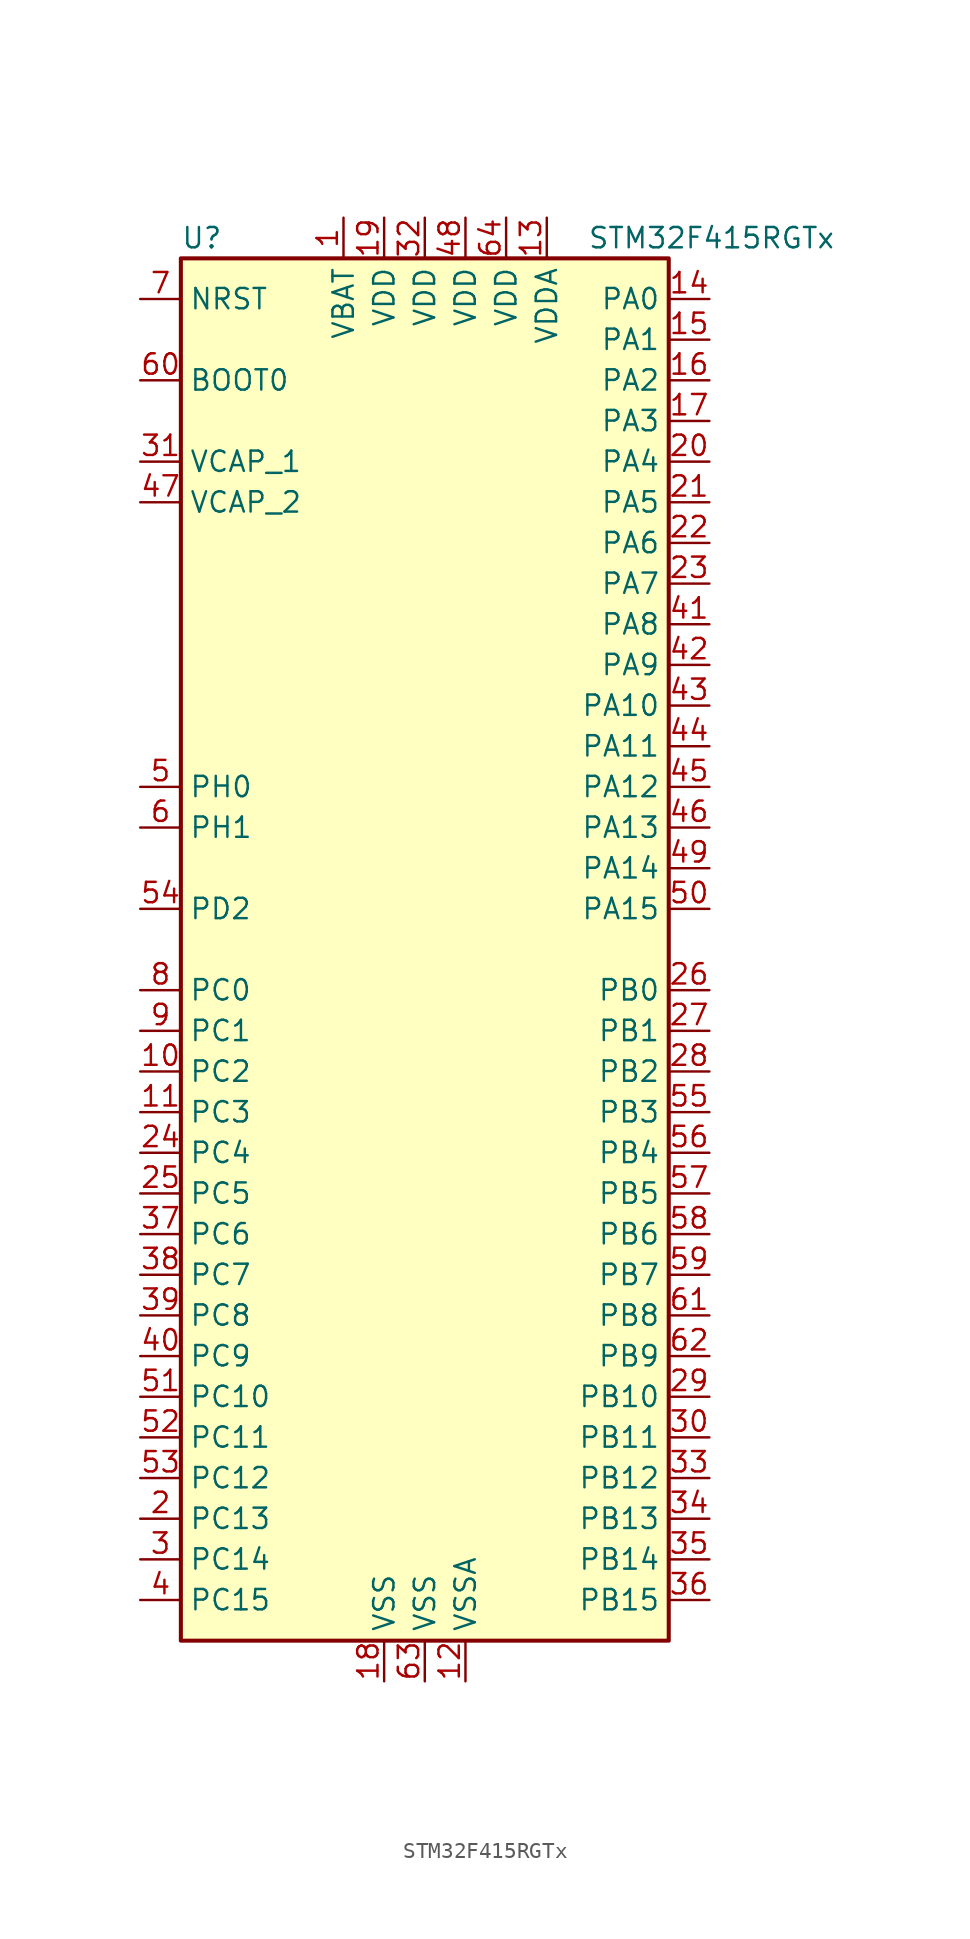
<source format=kicad_sym>
(kicad_symbol_lib
  (version 20220914)
  (generator kicad_symbol_editor)
  (symbol "STM32F415RGTx"
    (property "Reference" "U"
      (at -15.24 44.45 0)
      (effects (font (size 1.27 1.27)) (justify left)))
    (property "Value" "STM32F415RGTx"
      (at 10.16 44.45 0)
      (effects (font (size 1.27 1.27)) (justify left)))
    (symbol "STM32F415RGTx_0_1"
      (rectangle (start -15.24 -43.18) (end 15.24 43.18) (stroke (width 0.254) (type default)) (fill (type background))))
    (symbol "STM32F415RGTx_1_1"
      (pin power_in line (at -5.08 45.72 270) (length 2.54) (name "VBAT" (effects (font (size 1.27 1.27)))) (number "1" (effects (font (size 1.27 1.27)))))
      (pin bidirectional line (at -17.78 -7.62 0) (length 2.54) (name "PC2" (effects (font (size 1.27 1.27)))) (number "10" (effects (font (size 1.27 1.27)))))
      (pin bidirectional line (at -17.78 -10.16 0) (length 2.54) (name "PC3" (effects (font (size 1.27 1.27)))) (number "11" (effects (font (size 1.27 1.27)))))
      (pin power_in line (at 2.54 -45.72 90) (length 2.54) (name "VSSA" (effects (font (size 1.27 1.27)))) (number "12" (effects (font (size 1.27 1.27)))))
      (pin power_in line (at 7.62 45.72 270) (length 2.54) (name "VDDA" (effects (font (size 1.27 1.27)))) (number "13" (effects (font (size 1.27 1.27)))))
      (pin bidirectional line (at 17.78 40.64 180) (length 2.54) (name "PA0" (effects (font (size 1.27 1.27)))) (number "14" (effects (font (size 1.27 1.27)))))
      (pin bidirectional line (at 17.78 38.1 180) (length 2.54) (name "PA1" (effects (font (size 1.27 1.27)))) (number "15" (effects (font (size 1.27 1.27)))))
      (pin bidirectional line (at 17.78 35.56 180) (length 2.54) (name "PA2" (effects (font (size 1.27 1.27)))) (number "16" (effects (font (size 1.27 1.27)))))
      (pin bidirectional line (at 17.78 33.02 180) (length 2.54) (name "PA3" (effects (font (size 1.27 1.27)))) (number "17" (effects (font (size 1.27 1.27)))))
      (pin power_in line (at -2.54 -45.72 90) (length 2.54) (name "VSS" (effects (font (size 1.27 1.27)))) (number "18" (effects (font (size 1.27 1.27)))))
      (pin power_in line (at -2.54 45.72 270) (length 2.54) (name "VDD" (effects (font (size 1.27 1.27)))) (number "19" (effects (font (size 1.27 1.27)))))
      (pin bidirectional line (at -17.78 -35.56 0) (length 2.54) (name "PC13" (effects (font (size 1.27 1.27)))) (number "2" (effects (font (size 1.27 1.27)))))
      (pin bidirectional line (at 17.78 30.48 180) (length 2.54) (name "PA4" (effects (font (size 1.27 1.27)))) (number "20" (effects (font (size 1.27 1.27)))))
      (pin bidirectional line (at 17.78 27.94 180) (length 2.54) (name "PA5" (effects (font (size 1.27 1.27)))) (number "21" (effects (font (size 1.27 1.27)))))
      (pin bidirectional line (at 17.78 25.4 180) (length 2.54) (name "PA6" (effects (font (size 1.27 1.27)))) (number "22" (effects (font (size 1.27 1.27)))))
      (pin bidirectional line (at 17.78 22.86 180) (length 2.54) (name "PA7" (effects (font (size 1.27 1.27)))) (number "23" (effects (font (size 1.27 1.27)))))
      (pin bidirectional line (at -17.78 -12.7 0) (length 2.54) (name "PC4" (effects (font (size 1.27 1.27)))) (number "24" (effects (font (size 1.27 1.27)))))
      (pin bidirectional line (at -17.78 -15.24 0) (length 2.54) (name "PC5" (effects (font (size 1.27 1.27)))) (number "25" (effects (font (size 1.27 1.27)))))
      (pin bidirectional line (at 17.78 -2.54 180) (length 2.54) (name "PB0" (effects (font (size 1.27 1.27)))) (number "26" (effects (font (size 1.27 1.27)))))
      (pin bidirectional line (at 17.78 -5.08 180) (length 2.54) (name "PB1" (effects (font (size 1.27 1.27)))) (number "27" (effects (font (size 1.27 1.27)))))
      (pin bidirectional line (at 17.78 -7.62 180) (length 2.54) (name "PB2" (effects (font (size 1.27 1.27)))) (number "28" (effects (font (size 1.27 1.27)))))
      (pin bidirectional line (at 17.78 -27.94 180) (length 2.54) (name "PB10" (effects (font (size 1.27 1.27)))) (number "29" (effects (font (size 1.27 1.27)))))
      (pin bidirectional line (at -17.78 -38.1 0) (length 2.54) (name "PC14" (effects (font (size 1.27 1.27)))) (number "3" (effects (font (size 1.27 1.27)))))
      (pin bidirectional line (at 17.78 -30.48 180) (length 2.54) (name "PB11" (effects (font (size 1.27 1.27)))) (number "30" (effects (font (size 1.27 1.27)))))
      (pin power_in line (at -17.78 30.48 0) (length 2.54) (name "VCAP_1" (effects (font (size 1.27 1.27)))) (number "31" (effects (font (size 1.27 1.27)))))
      (pin power_in line (at 0 45.72 270) (length 2.54) (name "VDD" (effects (font (size 1.27 1.27)))) (number "32" (effects (font (size 1.27 1.27)))))
      (pin bidirectional line (at 17.78 -33.02 180) (length 2.54) (name "PB12" (effects (font (size 1.27 1.27)))) (number "33" (effects (font (size 1.27 1.27)))))
      (pin bidirectional line (at 17.78 -35.56 180) (length 2.54) (name "PB13" (effects (font (size 1.27 1.27)))) (number "34" (effects (font (size 1.27 1.27)))))
      (pin bidirectional line (at 17.78 -38.1 180) (length 2.54) (name "PB14" (effects (font (size 1.27 1.27)))) (number "35" (effects (font (size 1.27 1.27)))))
      (pin bidirectional line (at 17.78 -40.64 180) (length 2.54) (name "PB15" (effects (font (size 1.27 1.27)))) (number "36" (effects (font (size 1.27 1.27)))))
      (pin bidirectional line (at -17.78 -17.78 0) (length 2.54) (name "PC6" (effects (font (size 1.27 1.27)))) (number "37" (effects (font (size 1.27 1.27)))))
      (pin bidirectional line (at -17.78 -20.32 0) (length 2.54) (name "PC7" (effects (font (size 1.27 1.27)))) (number "38" (effects (font (size 1.27 1.27)))))
      (pin bidirectional line (at -17.78 -22.86 0) (length 2.54) (name "PC8" (effects (font (size 1.27 1.27)))) (number "39" (effects (font (size 1.27 1.27)))))
      (pin bidirectional line (at -17.78 -40.64 0) (length 2.54) (name "PC15" (effects (font (size 1.27 1.27)))) (number "4" (effects (font (size 1.27 1.27)))))
      (pin bidirectional line (at -17.78 -25.4 0) (length 2.54) (name "PC9" (effects (font (size 1.27 1.27)))) (number "40" (effects (font (size 1.27 1.27)))))
      (pin bidirectional line (at 17.78 20.32 180) (length 2.54) (name "PA8" (effects (font (size 1.27 1.27)))) (number "41" (effects (font (size 1.27 1.27)))))
      (pin bidirectional line (at 17.78 17.78 180) (length 2.54) (name "PA9" (effects (font (size 1.27 1.27)))) (number "42" (effects (font (size 1.27 1.27)))))
      (pin bidirectional line (at 17.78 15.24 180) (length 2.54) (name "PA10" (effects (font (size 1.27 1.27)))) (number "43" (effects (font (size 1.27 1.27)))))
      (pin bidirectional line (at 17.78 12.7 180) (length 2.54) (name "PA11" (effects (font (size 1.27 1.27)))) (number "44" (effects (font (size 1.27 1.27)))))
      (pin bidirectional line (at 17.78 10.16 180) (length 2.54) (name "PA12" (effects (font (size 1.27 1.27)))) (number "45" (effects (font (size 1.27 1.27)))))
      (pin bidirectional line (at 17.78 7.62 180) (length 2.54) (name "PA13" (effects (font (size 1.27 1.27)))) (number "46" (effects (font (size 1.27 1.27)))))
      (pin power_in line (at -17.78 27.94 0) (length 2.54) (name "VCAP_2" (effects (font (size 1.27 1.27)))) (number "47" (effects (font (size 1.27 1.27)))))
      (pin power_in line (at 2.54 45.72 270) (length 2.54) (name "VDD" (effects (font (size 1.27 1.27)))) (number "48" (effects (font (size 1.27 1.27)))))
      (pin bidirectional line (at 17.78 5.08 180) (length 2.54) (name "PA14" (effects (font (size 1.27 1.27)))) (number "49" (effects (font (size 1.27 1.27)))))
      (pin input line (at -17.78 10.16 0) (length 2.54) (name "PH0" (effects (font (size 1.27 1.27)))) (number "5" (effects (font (size 1.27 1.27)))))
      (pin bidirectional line (at 17.78 2.54 180) (length 2.54) (name "PA15" (effects (font (size 1.27 1.27)))) (number "50" (effects (font (size 1.27 1.27)))))
      (pin bidirectional line (at -17.78 -27.94 0) (length 2.54) (name "PC10" (effects (font (size 1.27 1.27)))) (number "51" (effects (font (size 1.27 1.27)))))
      (pin bidirectional line (at -17.78 -30.48 0) (length 2.54) (name "PC11" (effects (font (size 1.27 1.27)))) (number "52" (effects (font (size 1.27 1.27)))))
      (pin bidirectional line (at -17.78 -33.02 0) (length 2.54) (name "PC12" (effects (font (size 1.27 1.27)))) (number "53" (effects (font (size 1.27 1.27)))))
      (pin bidirectional line (at -17.78 2.54 0) (length 2.54) (name "PD2" (effects (font (size 1.27 1.27)))) (number "54" (effects (font (size 1.27 1.27)))))
      (pin bidirectional line (at 17.78 -10.16 180) (length 2.54) (name "PB3" (effects (font (size 1.27 1.27)))) (number "55" (effects (font (size 1.27 1.27)))))
      (pin bidirectional line (at 17.78 -12.7 180) (length 2.54) (name "PB4" (effects (font (size 1.27 1.27)))) (number "56" (effects (font (size 1.27 1.27)))))
      (pin bidirectional line (at 17.78 -15.24 180) (length 2.54) (name "PB5" (effects (font (size 1.27 1.27)))) (number "57" (effects (font (size 1.27 1.27)))))
      (pin bidirectional line (at 17.78 -17.78 180) (length 2.54) (name "PB6" (effects (font (size 1.27 1.27)))) (number "58" (effects (font (size 1.27 1.27)))))
      (pin bidirectional line (at 17.78 -20.32 180) (length 2.54) (name "PB7" (effects (font (size 1.27 1.27)))) (number "59" (effects (font (size 1.27 1.27)))))
      (pin input line (at -17.78 7.62 0) (length 2.54) (name "PH1" (effects (font (size 1.27 1.27)))) (number "6" (effects (font (size 1.27 1.27)))))
      (pin input line (at -17.78 35.56 0) (length 2.54) (name "BOOT0" (effects (font (size 1.27 1.27)))) (number "60" (effects (font (size 1.27 1.27)))))
      (pin bidirectional line (at 17.78 -22.86 180) (length 2.54) (name "PB8" (effects (font (size 1.27 1.27)))) (number "61" (effects (font (size 1.27 1.27)))))
      (pin bidirectional line (at 17.78 -25.4 180) (length 2.54) (name "PB9" (effects (font (size 1.27 1.27)))) (number "62" (effects (font (size 1.27 1.27)))))
      (pin power_in line (at 0 -45.72 90) (length 2.54) (name "VSS" (effects (font (size 1.27 1.27)))) (number "63" (effects (font (size 1.27 1.27)))))
      (pin power_in line (at 5.08 45.72 270) (length 2.54) (name "VDD" (effects (font (size 1.27 1.27)))) (number "64" (effects (font (size 1.27 1.27)))))
      (pin input line (at -17.78 40.64 0) (length 2.54) (name "NRST" (effects (font (size 1.27 1.27)))) (number "7" (effects (font (size 1.27 1.27)))))
      (pin bidirectional line (at -17.78 -2.54 0) (length 2.54) (name "PC0" (effects (font (size 1.27 1.27)))) (number "8" (effects (font (size 1.27 1.27)))))
      (pin bidirectional line (at -17.78 -5.08 0) (length 2.54) (name "PC1" (effects (font (size 1.27 1.27)))) (number "9" (effects (font (size 1.27 1.27))))))))
</source>
